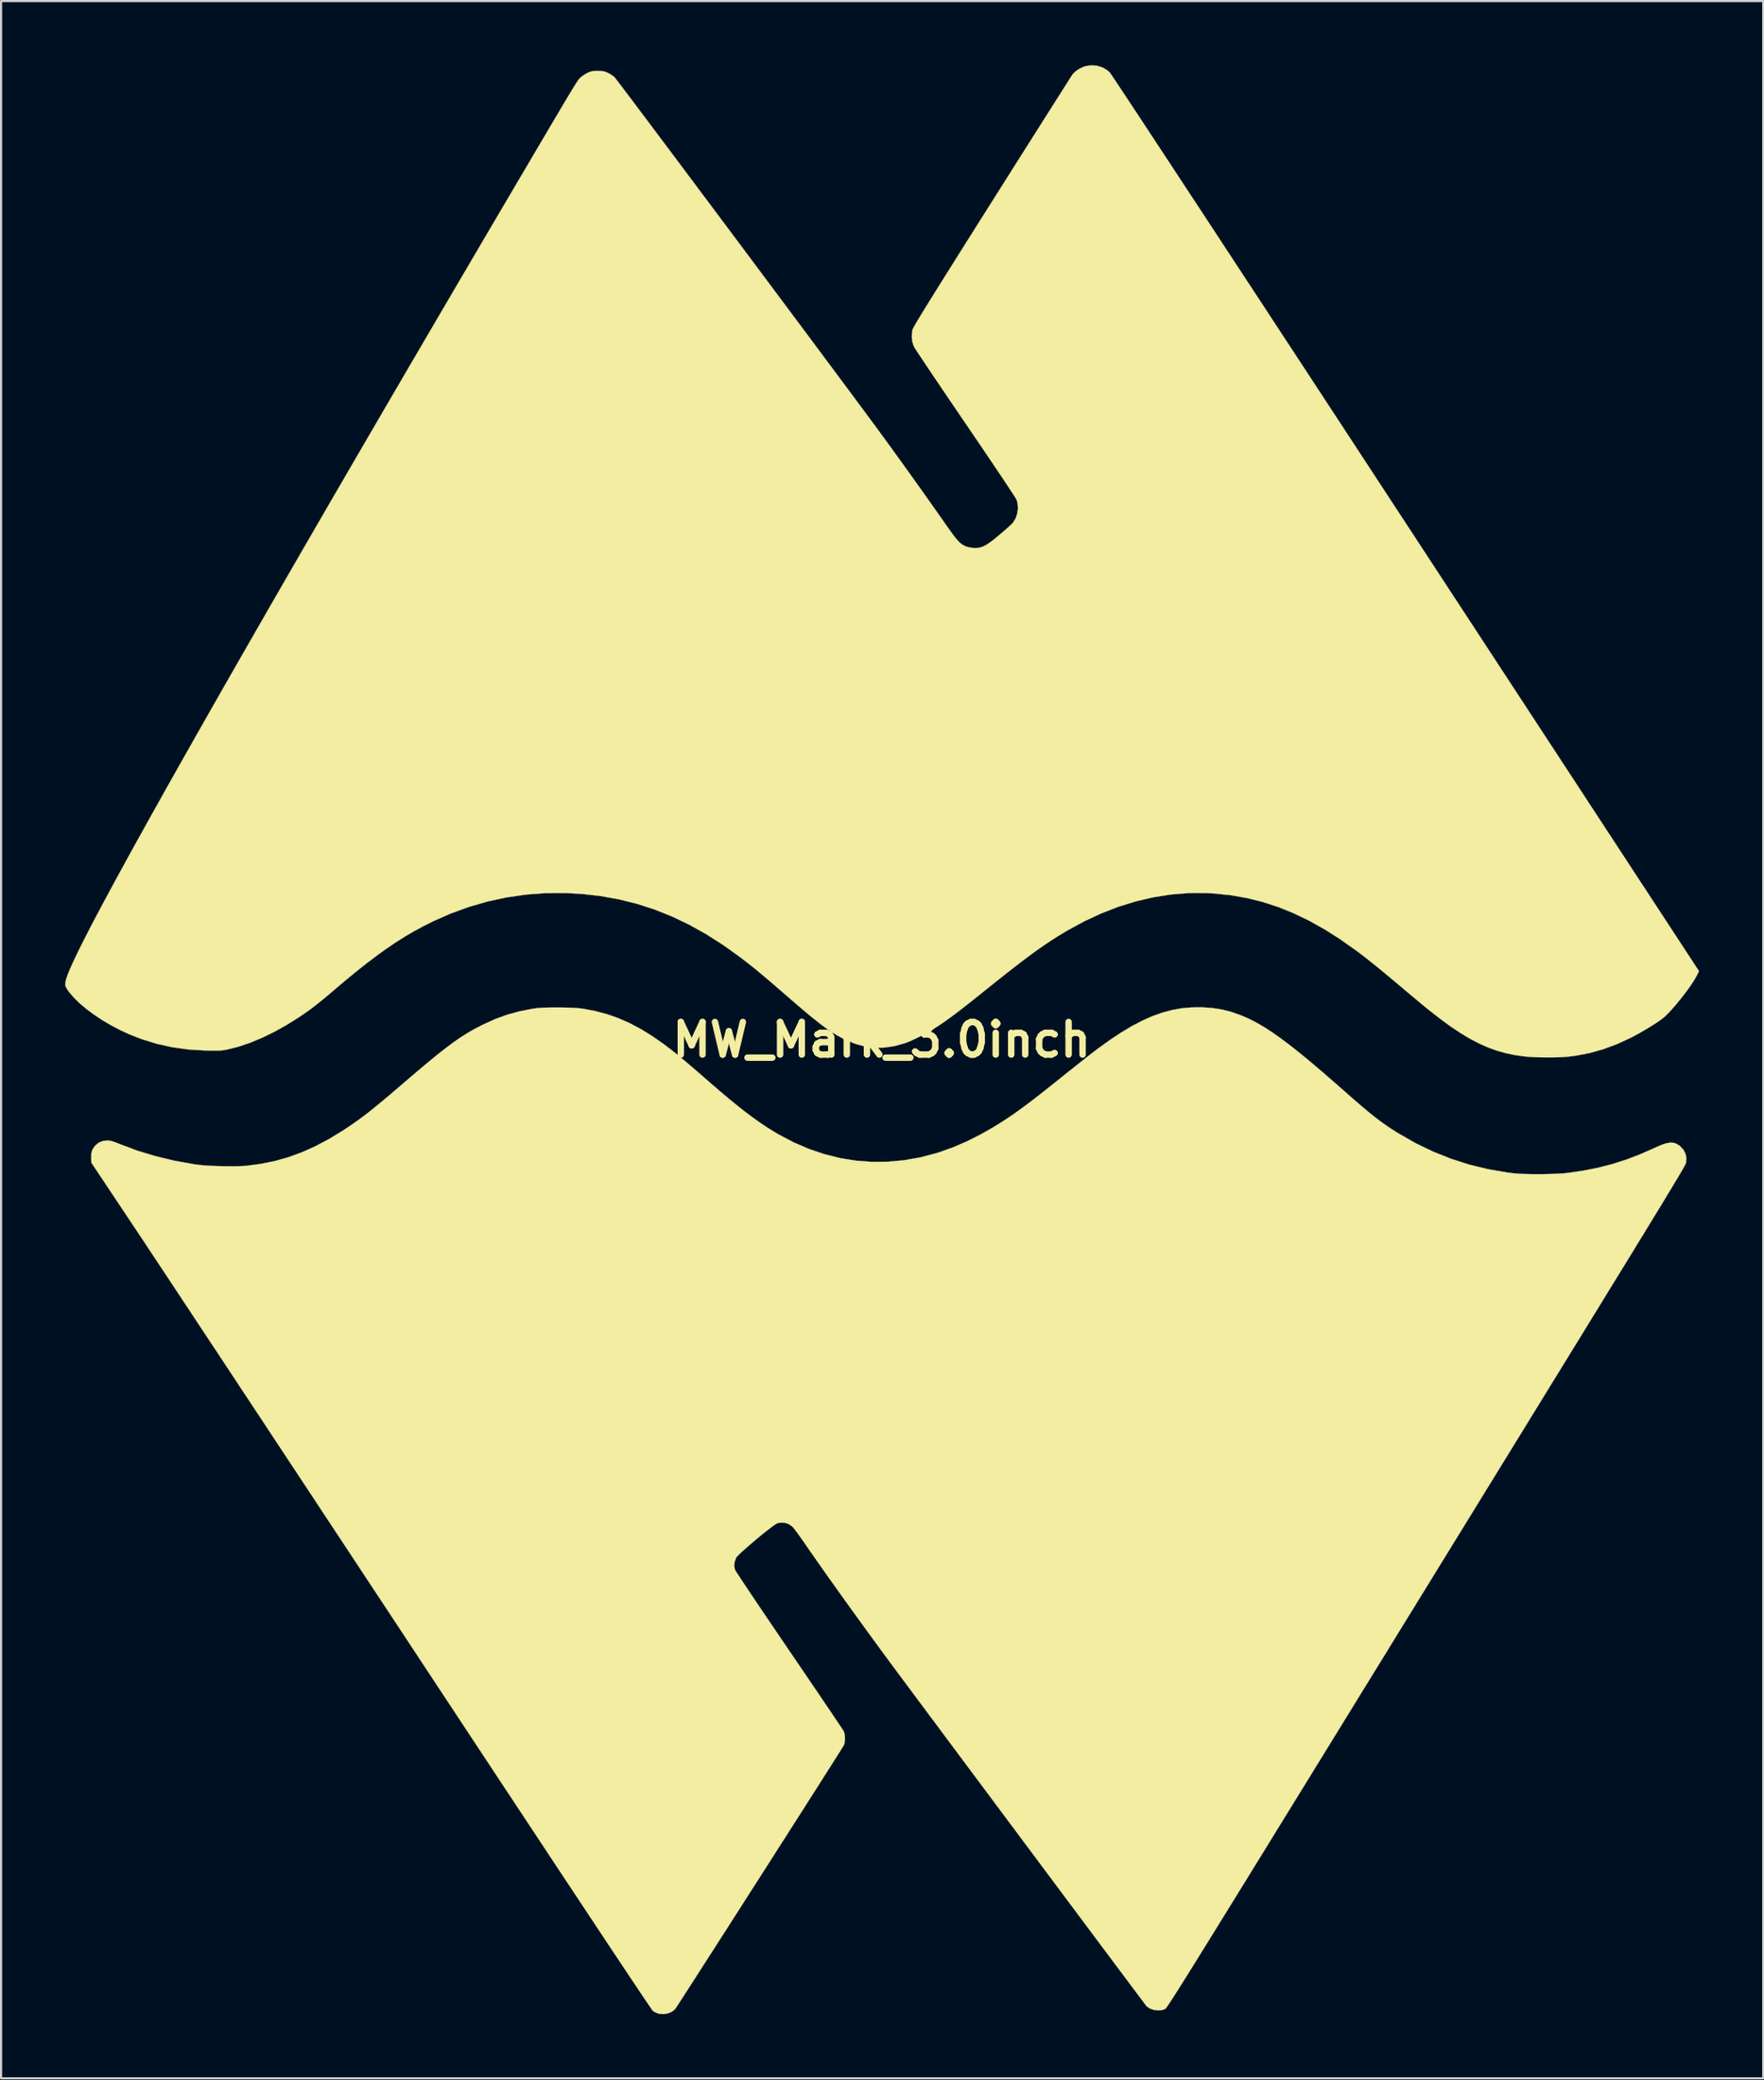
<source format=kicad_pcb>
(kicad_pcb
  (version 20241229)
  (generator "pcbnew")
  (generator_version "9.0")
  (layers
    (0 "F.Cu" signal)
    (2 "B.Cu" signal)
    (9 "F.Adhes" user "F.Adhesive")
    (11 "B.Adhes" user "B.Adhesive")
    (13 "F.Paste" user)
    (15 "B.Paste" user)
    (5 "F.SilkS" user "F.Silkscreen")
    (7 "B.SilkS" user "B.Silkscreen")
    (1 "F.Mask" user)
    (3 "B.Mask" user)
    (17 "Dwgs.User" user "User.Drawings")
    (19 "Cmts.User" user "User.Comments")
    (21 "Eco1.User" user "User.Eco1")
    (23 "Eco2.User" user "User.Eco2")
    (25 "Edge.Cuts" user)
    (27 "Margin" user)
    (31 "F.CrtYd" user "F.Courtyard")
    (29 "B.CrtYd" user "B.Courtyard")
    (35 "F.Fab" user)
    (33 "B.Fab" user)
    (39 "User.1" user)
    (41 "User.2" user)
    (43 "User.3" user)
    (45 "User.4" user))
  (footprint "MW_Mark_3.0inch"
    (layer "F.Cu")
    (at 38.198 45.577)
    (property "Reference" "MW_Mark_3.0inch" (at 0 0 0) (layer "F.SilkS") (effects (font (size 1.524 1.524) (thickness 0.3))))
    (attr through_hole)
    (fp_poly (pts (xy 10.072 -45.551) (xy 10.317 -45.477) (xy 10.538 -45.351) (xy 10.67 -45.235) (xy 10.695 -45.201) (xy 10.754 -45.115) (xy 10.847 -44.977) (xy 10.972 -44.79) (xy 11.128 -44.554) (xy 11.316 -44.271) (xy 11.534 -43.941) (xy 11.782 -43.566) (xy 12.058 -43.148) (xy 12.362 -42.686) (xy 12.693 -42.183) (xy 13.051 -41.639) (xy 13.435 -41.056) (xy 13.843 -40.435) (xy 14.276 -39.777) (xy 14.732 -39.083) (xy 15.21 -38.355) (xy 15.711 -37.593) (xy 16.232 -36.798) (xy 16.774 -35.973) (xy 17.336 -35.117) (xy 17.916 -34.233) (xy 18.514 -33.32) (xy 19.13 -32.382) (xy 19.762 -31.418) (xy 20.41 -30.429) (xy 21.073 -29.418) (xy 21.75 -28.385) (xy 22.44 -27.331) (xy 23.143 -26.258) (xy 23.858 -25.166) (xy 24.525 -24.148) (xy 38.235 -3.21) (xy 38.119 -2.981) (xy 38.021 -2.809) (xy 37.888 -2.603) (xy 37.729 -2.376) (xy 37.55 -2.135) (xy 37.36 -1.893) (xy 37.167 -1.658) (xy 36.979 -1.441) (xy 36.804 -1.252) (xy 36.65 -1.1) (xy 36.571 -1.031) (xy 36.417 -0.916) (xy 36.218 -0.78) (xy 35.986 -0.632) (xy 35.734 -0.479) (xy 35.473 -0.328) (xy 35.216 -0.187) (xy 35.044 -0.097) (xy 34.403 0.199) (xy 33.767 0.436) (xy 33.125 0.616) (xy 32.469 0.742) (xy 32.186 0.78) (xy 31.952 0.801) (xy 31.672 0.815) (xy 31.361 0.822) (xy 31.037 0.822) (xy 30.716 0.816) (xy 30.414 0.804) (xy 30.148 0.784) (xy 30.079 0.777) (xy 29.634 0.716) (xy 29.204 0.627) (xy 28.783 0.508) (xy 28.365 0.357) (xy 27.945 0.17) (xy 27.516 -0.054) (xy 27.074 -0.319) (xy 26.612 -0.628) (xy 26.126 -0.984) (xy 25.608 -1.388) (xy 25.579 -1.411) (xy 25.481 -1.491) (xy 25.342 -1.606) (xy 25.17 -1.748) (xy 24.974 -1.912) (xy 24.761 -2.09) (xy 24.539 -2.276) (xy 24.341 -2.442) (xy 23.998 -2.73) (xy 23.698 -2.981) (xy 23.433 -3.201) (xy 23.198 -3.394) (xy 22.986 -3.566) (xy 22.791 -3.721) (xy 22.607 -3.865) (xy 22.428 -4.002) (xy 22.247 -4.138) (xy 22.217 -4.16) (xy 21.473 -4.688) (xy 20.74 -5.154) (xy 20.013 -5.562) (xy 19.29 -5.912) (xy 18.567 -6.205) (xy 17.839 -6.443) (xy 17.104 -6.627) (xy 16.357 -6.759) (xy 15.596 -6.84) (xy 15.151 -6.864) (xy 14.34 -6.861) (xy 13.525 -6.795) (xy 12.71 -6.667) (xy 11.895 -6.477) (xy 11.084 -6.227) (xy 10.278 -5.915) (xy 9.479 -5.544) (xy 8.721 -5.132) (xy 8.453 -4.973) (xy 8.193 -4.814) (xy 7.936 -4.65) (xy 7.677 -4.478) (xy 7.41 -4.294) (xy 7.131 -4.095) (xy 6.833 -3.876) (xy 6.513 -3.635) (xy 6.165 -3.366) (xy 5.783 -3.067) (xy 5.362 -2.733) (xy 4.949 -2.403) (xy 4.594 -2.118) (xy 4.282 -1.869) (xy 4.008 -1.652) (xy 3.767 -1.464) (xy 3.553 -1.299) (xy 3.361 -1.154) (xy 3.185 -1.025) (xy 3.02 -0.906) (xy 2.86 -0.795) (xy 2.7 -0.687) (xy 2.617 -0.632) (xy 2.368 -0.476) (xy 2.097 -0.32) (xy 1.818 -0.171) (xy 1.545 -0.036) (xy 1.293 0.077) (xy 1.076 0.161) (xy 1.043 0.172) (xy 0.568 0.299) (xy 0.106 0.364) (xy -0.346 0.368) (xy -0.791 0.309) (xy -1.234 0.188) (xy -1.678 0.005) (xy -1.75 -0.03) (xy -1.927 -0.122) (xy -2.101 -0.219) (xy -2.275 -0.325) (xy -2.455 -0.443) (xy -2.646 -0.576) (xy -2.851 -0.729) (xy -3.076 -0.905) (xy -3.326 -1.106) (xy -3.604 -1.338) (xy -3.917 -1.604) (xy -4.268 -1.906) (xy -4.553 -2.154) (xy -4.914 -2.467) (xy -5.236 -2.743) (xy -5.526 -2.989) (xy -5.791 -3.209) (xy -6.039 -3.411) (xy -6.277 -3.599) (xy -6.512 -3.781) (xy -6.629 -3.87) (xy -7.422 -4.438) (xy -8.215 -4.943) (xy -9.011 -5.387) (xy -9.814 -5.77) (xy -10.626 -6.095) (xy -11.451 -6.361) (xy -12.291 -6.57) (xy -13.15 -6.724) (xy -14.03 -6.823) (xy -14.801 -6.864) (xy -15.725 -6.86) (xy -16.641 -6.792) (xy -17.546 -6.661) (xy -18.439 -6.469) (xy -19.319 -6.214) (xy -20.184 -5.898) (xy -20.992 -5.541) (xy -21.432 -5.321) (xy -21.864 -5.087) (xy -22.292 -4.837) (xy -22.723 -4.565) (xy -23.162 -4.269) (xy -23.615 -3.943) (xy -24.088 -3.585) (xy -24.586 -3.191) (xy -25.115 -2.755) (xy -25.607 -2.338) (xy -25.93 -2.064) (xy -26.217 -1.827) (xy -26.477 -1.62) (xy -26.721 -1.434) (xy -26.957 -1.264) (xy -27.195 -1.101) (xy -27.278 -1.046) (xy -27.859 -0.684) (xy -28.437 -0.363) (xy -29.006 -0.087) (xy -29.56 0.142) (xy -30.093 0.321) (xy -30.59 0.447) (xy -30.705 0.47) (xy -30.81 0.486) (xy -30.915 0.498) (xy -31.032 0.504) (xy -31.175 0.506) (xy -31.354 0.505) (xy -31.582 0.5) (xy -31.639 0.499) (xy -32.419 0.453) (xy -33.173 0.349) (xy -33.906 0.188) (xy -34.621 -0.032) (xy -35.204 -0.26) (xy -35.636 -0.46) (xy -36.06 -0.683) (xy -36.467 -0.924) (xy -36.85 -1.179) (xy -37.203 -1.441) (xy -37.518 -1.706) (xy -37.788 -1.97) (xy -38.007 -2.226) (xy -38.09 -2.342) (xy -38.153 -2.442) (xy -38.185 -2.517) (xy -38.193 -2.592) (xy -38.187 -2.682) (xy -38.165 -2.792) (xy -38.121 -2.936) (xy -38.053 -3.12) (xy -37.958 -3.346) (xy -37.835 -3.618) (xy -37.682 -3.942) (xy -37.641 -4.028) (xy -37.452 -4.412) (xy -37.231 -4.849) (xy -36.978 -5.339) (xy -36.693 -5.882) (xy -36.376 -6.476) (xy -36.029 -7.121) (xy -35.651 -7.816) (xy -35.243 -8.561) (xy -34.805 -9.354) (xy -34.338 -10.195) (xy -33.842 -11.083) (xy -33.318 -12.017) (xy -32.765 -12.997) (xy -32.185 -14.023) (xy -31.578 -15.092) (xy -30.944 -16.205) (xy -30.283 -17.361) (xy -29.597 -18.559) (xy -28.885 -19.798) (xy -28.148 -21.078) (xy -27.386 -22.398) (xy -26.6 -23.757) (xy -25.79 -25.155) (xy -24.956 -26.59) (xy -24.099 -28.062) (xy -23.22 -29.57) (xy -22.318 -31.115) (xy -21.395 -32.693) (xy -20.45 -34.306) (xy -19.484 -35.953) (xy -18.498 -37.632) (xy -17.491 -39.343) (xy -17.426 -39.453) (xy -17.05 -40.092) (xy -16.704 -40.679) (xy -16.388 -41.215) (xy -16.101 -41.704) (xy -15.839 -42.147) (xy -15.603 -42.546) (xy -15.391 -42.905) (xy -15.202 -43.225) (xy -15.034 -43.509) (xy -14.885 -43.759) (xy -14.755 -43.977) (xy -14.642 -44.166) (xy -14.544 -44.328) (xy -14.461 -44.465) (xy -14.39 -44.58) (xy -14.331 -44.675) (xy -14.282 -44.752) (xy -14.241 -44.813) (xy -14.208 -44.862) (xy -14.181 -44.899) (xy -14.158 -44.929) (xy -14.138 -44.952) (xy -14.122 -44.969) (xy -14.02 -45.057) (xy -13.891 -45.146) (xy -13.783 -45.208) (xy -13.675 -45.258) (xy -13.585 -45.288) (xy -13.489 -45.303) (xy -13.364 -45.309) (xy -13.29 -45.309) (xy -13.137 -45.306) (xy -13.025 -45.294) (xy -12.929 -45.269) (xy -12.825 -45.226) (xy -12.811 -45.22) (xy -12.687 -45.152) (xy -12.566 -45.07) (xy -12.498 -45.013) (xy -12.471 -44.98) (xy -12.407 -44.897) (xy -12.308 -44.768) (xy -12.177 -44.595) (xy -12.015 -44.381) (xy -11.823 -44.127) (xy -11.603 -43.835) (xy -11.358 -43.509) (xy -11.088 -43.15) (xy -10.796 -42.761) (xy -10.483 -42.344) (xy -10.152 -41.902) (xy -9.802 -41.436) (xy -9.438 -40.949) (xy -9.059 -40.444) (xy -8.669 -39.922) (xy -8.268 -39.386) (xy -7.858 -38.839) (xy -7.442 -38.282) (xy -7.02 -37.718) (xy -6.595 -37.149) (xy -6.168 -36.578) (xy -5.741 -36.006) (xy -5.316 -35.437) (xy -4.895 -34.873) (xy -4.478 -34.315) (xy -4.069 -33.766) (xy -3.668 -33.228) (xy -3.277 -32.705) (xy -2.899 -32.197) (xy -2.535 -31.708) (xy -2.186 -31.239) (xy -1.854 -30.794) (xy -1.541 -30.373) (xy -1.25 -29.981) (xy -0.98 -29.618) (xy -0.735 -29.287) (xy -0.516 -28.991) (xy -0.325 -28.732) (xy -0.163 -28.512) (xy -0.032 -28.334) (xy -0.016 -28.312) (xy 0.314 -27.86) (xy 0.663 -27.378) (xy 1.025 -26.876) (xy 1.391 -26.365) (xy 1.755 -25.856) (xy 2.109 -25.358) (xy 2.445 -24.883) (xy 2.757 -24.441) (xy 2.964 -24.144) (xy 3.145 -23.886) (xy 3.297 -23.676) (xy 3.425 -23.507) (xy 3.534 -23.375) (xy 3.631 -23.273) (xy 3.72 -23.195) (xy 3.806 -23.137) (xy 3.896 -23.091) (xy 3.995 -23.053) (xy 4.132 -23.02) (xy 4.296 -23.001) (xy 4.377 -22.999) (xy 4.505 -23.006) (xy 4.627 -23.029) (xy 4.751 -23.072) (xy 4.884 -23.141) (xy 5.035 -23.239) (xy 5.212 -23.37) (xy 5.422 -23.54) (xy 5.525 -23.626) (xy 5.686 -23.763) (xy 5.836 -23.894) (xy 5.967 -24.011) (xy 6.068 -24.106) (xy 6.132 -24.171) (xy 6.138 -24.179) (xy 6.261 -24.374) (xy 6.341 -24.601) (xy 6.375 -24.842) (xy 6.36 -25.08) (xy 6.312 -25.257) (xy 6.287 -25.302) (xy 6.227 -25.397) (xy 6.137 -25.538) (xy 6.016 -25.722) (xy 5.869 -25.945) (xy 5.697 -26.204) (xy 5.501 -26.496) (xy 5.285 -26.817) (xy 5.051 -27.165) (xy 4.8 -27.536) (xy 4.536 -27.927) (xy 4.259 -28.334) (xy 3.973 -28.755) (xy 3.916 -28.838) (xy 3.628 -29.26) (xy 3.349 -29.671) (xy 3.081 -30.065) (xy 2.827 -30.441) (xy 2.588 -30.794) (xy 2.368 -31.122) (xy 2.167 -31.42) (xy 1.988 -31.687) (xy 1.835 -31.917) (xy 1.707 -32.109) (xy 1.609 -32.26) (xy 1.542 -32.364) (xy 1.508 -32.42) (xy 1.506 -32.425) (xy 1.433 -32.648) (xy 1.407 -32.892) (xy 1.427 -33.133) (xy 1.447 -33.216) (xy 1.46 -33.249) (xy 1.487 -33.302) (xy 1.528 -33.377) (xy 1.584 -33.476) (xy 1.658 -33.602) (xy 1.75 -33.754) (xy 1.86 -33.937) (xy 1.991 -34.151) (xy 2.144 -34.397) (xy 2.319 -34.679) (xy 2.517 -34.998) (xy 2.741 -35.355) (xy 2.99 -35.753) (xy 3.267 -36.194) (xy 3.571 -36.678) (xy 3.905 -37.209) (xy 4.27 -37.787) (xy 4.666 -38.415) (xy 5.096 -39.095) (xy 5.181 -39.23) (xy 5.533 -39.787) (xy 5.877 -40.331) (xy 6.21 -40.859) (xy 6.532 -41.368) (xy 6.841 -41.856) (xy 7.135 -42.321) (xy 7.413 -42.759) (xy 7.672 -43.169) (xy 7.912 -43.547) (xy 8.131 -43.892) (xy 8.327 -44.201) (xy 8.498 -44.471) (xy 8.644 -44.7) (xy 8.762 -44.886) (xy 8.851 -45.025) (xy 8.909 -45.115) (xy 8.935 -45.155) (xy 8.936 -45.156) (xy 9.057 -45.279) (xy 9.221 -45.394) (xy 9.405 -45.487) (xy 9.549 -45.535) (xy 9.812 -45.572) (xy 10.072 -45.551)) (stroke (width 0.01) (type solid)) (fill yes) (layer "F.SilkS"))
    (fp_poly (pts (xy 15.039 -1.517) (xy 15.496 -1.483) (xy 15.92 -1.416) (xy 16.331 -1.312) (xy 16.753 -1.165) (xy 16.925 -1.096) (xy 17.179 -0.983) (xy 17.438 -0.853) (xy 17.707 -0.704) (xy 17.988 -0.533) (xy 18.285 -0.338) (xy 18.6 -0.117) (xy 18.938 0.133) (xy 19.301 0.414) (xy 19.692 0.728) (xy 20.115 1.078) (xy 20.573 1.467) (xy 21.069 1.896) (xy 21.607 2.368) (xy 21.612 2.373) (xy 21.964 2.683) (xy 22.276 2.954) (xy 22.554 3.191) (xy 22.805 3.4) (xy 23.034 3.584) (xy 23.249 3.75) (xy 23.455 3.901) (xy 23.659 4.044) (xy 23.866 4.181) (xy 24.084 4.32) (xy 24.18 4.379) (xy 24.977 4.834) (xy 25.796 5.229) (xy 26.635 5.564) (xy 27.494 5.839) (xy 28.372 6.052) (xy 29.269 6.205) (xy 29.57 6.243) (xy 29.785 6.261) (xy 30.05 6.274) (xy 30.35 6.282) (xy 30.671 6.284) (xy 30.999 6.282) (xy 31.32 6.275) (xy 31.62 6.263) (xy 31.884 6.247) (xy 32.084 6.227) (xy 32.814 6.121) (xy 33.505 5.985) (xy 34.171 5.815) (xy 34.827 5.605) (xy 35.488 5.352) (xy 36.169 5.052) (xy 36.236 5.021) (xy 36.49 4.91) (xy 36.704 4.839) (xy 36.886 4.809) (xy 37.045 4.818) (xy 37.188 4.866) (xy 37.325 4.954) (xy 37.363 4.984) (xy 37.512 5.149) (xy 37.607 5.338) (xy 37.647 5.541) (xy 37.626 5.748) (xy 37.623 5.76) (xy 37.618 5.775) (xy 37.61 5.795) (xy 37.598 5.821) (xy 37.581 5.855) (xy 37.56 5.896) (xy 37.532 5.947) (xy 37.498 6.008) (xy 37.456 6.081) (xy 37.406 6.166) (xy 37.348 6.266) (xy 37.281 6.38) (xy 37.203 6.51) (xy 37.115 6.657) (xy 37.015 6.823) (xy 36.904 7.008) (xy 36.779 7.213) (xy 36.642 7.44) (xy 36.49 7.69) (xy 36.323 7.963) (xy 36.141 8.262) (xy 35.943 8.586) (xy 35.728 8.938) (xy 35.496 9.317) (xy 35.245 9.726) (xy 34.976 10.166) (xy 34.687 10.637) (xy 34.377 11.141) (xy 34.047 11.678) (xy 33.696 12.25) (xy 33.322 12.859) (xy 32.925 13.504) (xy 32.505 14.188) (xy 32.06 14.911) (xy 31.59 15.675) (xy 31.095 16.48) (xy 30.573 17.328) (xy 30.025 18.219) (xy 29.449 19.156) (xy 28.844 20.138) (xy 28.21 21.168) (xy 27.547 22.246) (xy 26.853 23.373) (xy 26.128 24.55) (xy 25.371 25.78) (xy 24.582 27.061) (xy 24.272 27.564) (xy 23.548 28.742) (xy 22.855 29.866) (xy 22.195 30.938) (xy 21.566 31.96) (xy 20.967 32.933) (xy 20.398 33.857) (xy 19.857 34.734) (xy 19.345 35.566) (xy 18.86 36.353) (xy 18.401 37.097) (xy 17.969 37.799) (xy 17.561 38.46) (xy 17.178 39.082) (xy 16.818 39.665) (xy 16.481 40.211) (xy 16.166 40.72) (xy 15.872 41.196) (xy 15.599 41.637) (xy 15.346 42.046) (xy 15.112 42.424) (xy 14.895 42.773) (xy 14.697 43.092) (xy 14.515 43.384) (xy 14.349 43.65) (xy 14.199 43.891) (xy 14.063 44.108) (xy 13.94 44.302) (xy 13.831 44.475) (xy 13.734 44.628) (xy 13.648 44.762) (xy 13.573 44.878) (xy 13.508 44.978) (xy 13.453 45.062) (xy 13.405 45.133) (xy 13.366 45.19) (xy 13.333 45.236) (xy 13.307 45.271) (xy 13.286 45.297) (xy 13.269 45.316) (xy 13.257 45.327) (xy 13.248 45.332) (xy 13.084 45.38) (xy 12.898 45.388) (xy 12.711 45.36) (xy 12.541 45.298) (xy 12.407 45.206) (xy 12.39 45.188) (xy 12.366 45.158) (xy 12.305 45.078) (xy 12.211 44.952) (xy 12.083 44.782) (xy 11.924 44.57) (xy 11.736 44.32) (xy 11.521 44.032) (xy 11.28 43.709) (xy 11.014 43.354) (xy 10.727 42.97) (xy 10.419 42.558) (xy 10.092 42.12) (xy 9.748 41.66) (xy 9.389 41.179) (xy 9.016 40.68) (xy 8.631 40.165) (xy 8.237 39.636) (xy 7.834 39.097) (xy 7.424 38.548) (xy 7.01 37.993) (xy 6.593 37.434) (xy 6.175 36.873) (xy 5.757 36.313) (xy 5.341 35.756) (xy 4.929 35.204) (xy 4.523 34.659) (xy 4.124 34.125) (xy 3.735 33.603) (xy 3.357 33.095) (xy 2.991 32.605) (xy 2.64 32.134) (xy 2.305 31.684) (xy 1.988 31.259) (xy 1.691 30.86) (xy 1.415 30.489) (xy 1.163 30.15) (xy 0.935 29.844) (xy 0.734 29.574) (xy 0.562 29.342) (xy 0.42 29.151) (xy 0.31 29.002) (xy 0.271 28.949) (xy -0.286 28.191) (xy -0.84 27.43) (xy -1.388 26.674) (xy -1.922 25.93) (xy -2.437 25.208) (xy -2.927 24.514) (xy -3.386 23.857) (xy -3.651 23.474) (xy -3.777 23.295) (xy -3.897 23.127) (xy -4.005 22.98) (xy -4.094 22.864) (xy -4.157 22.787) (xy -4.175 22.767) (xy -4.343 22.648) (xy -4.536 22.584) (xy -4.742 22.577) (xy -4.877 22.605) (xy -4.941 22.638) (xy -5.045 22.707) (xy -5.181 22.807) (xy -5.344 22.933) (xy -5.525 23.076) (xy -5.717 23.233) (xy -5.914 23.397) (xy -6.109 23.562) (xy -6.293 23.721) (xy -6.46 23.87) (xy -6.603 24.001) (xy -6.715 24.11) (xy -6.788 24.19) (xy -6.812 24.224) (xy -6.878 24.407) (xy -6.898 24.597) (xy -6.869 24.771) (xy -6.865 24.781) (xy -6.842 24.822) (xy -6.785 24.913) (xy -6.696 25.05) (xy -6.578 25.23) (xy -6.432 25.45) (xy -6.26 25.707) (xy -6.065 25.998) (xy -5.849 26.32) (xy -5.614 26.669) (xy -5.361 27.043) (xy -5.094 27.438) (xy -4.813 27.851) (xy -4.522 28.28) (xy -4.325 28.568) (xy -4.028 29.005) (xy -3.74 29.428) (xy -3.464 29.834) (xy -3.201 30.222) (xy -2.953 30.586) (xy -2.724 30.925) (xy -2.514 31.235) (xy -2.326 31.513) (xy -2.162 31.757) (xy -2.024 31.962) (xy -1.914 32.126) (xy -1.835 32.245) (xy -1.788 32.317) (xy -1.775 32.338) (xy -1.738 32.456) (xy -1.72 32.608) (xy -1.722 32.768) (xy -1.744 32.911) (xy -1.771 32.985) (xy -1.795 33.026) (xy -1.852 33.118) (xy -1.939 33.258) (xy -2.055 33.441) (xy -2.198 33.666) (xy -2.365 33.93) (xy -2.556 34.23) (xy -2.767 34.562) (xy -2.998 34.925) (xy -3.246 35.314) (xy -3.509 35.727) (xy -3.787 36.162) (xy -4.076 36.614) (xy -4.374 37.082) (xy -4.681 37.562) (xy -4.994 38.052) (xy -5.311 38.548) (xy -5.631 39.048) (xy -5.951 39.548) (xy -6.27 40.046) (xy -6.585 40.539) (xy -6.896 41.024) (xy -7.199 41.498) (xy -7.494 41.958) (xy -7.778 42.401) (xy -8.05 42.824) (xy -8.307 43.224) (xy -8.548 43.599) (xy -8.77 43.945) (xy -8.973 44.26) (xy -9.153 44.54) (xy -9.31 44.783) (xy -9.442 44.986) (xy -9.545 45.146) (xy -9.62 45.259) (xy -9.663 45.324) (xy -9.673 45.337) (xy -9.814 45.449) (xy -9.992 45.526) (xy -10.188 45.561) (xy -10.385 45.551) (xy -10.446 45.537) (xy -10.563 45.493) (xy -10.674 45.433) (xy -10.701 45.414) (xy -10.727 45.381) (xy -10.788 45.295) (xy -10.883 45.156) (xy -11.014 44.964) (xy -11.179 44.719) (xy -11.379 44.421) (xy -11.613 44.07) (xy -11.882 43.667) (xy -12.186 43.211) (xy -12.524 42.703) (xy -12.896 42.143) (xy -13.303 41.53) (xy -13.744 40.865) (xy -14.219 40.147) (xy -14.729 39.378) (xy -15.273 38.557) (xy -15.85 37.683) (xy -16.462 36.758) (xy -17.108 35.781) (xy -17.788 34.753) (xy -18.501 33.673) (xy -19.249 32.541) (xy -20.03 31.358) (xy -20.845 30.124) (xy -21.693 28.838) (xy -21.801 28.674) (xy -22.437 27.71) (xy -23.071 26.75) (xy -23.701 25.796) (xy -24.327 24.848) (xy -24.946 23.91) (xy -25.559 22.982) (xy -26.163 22.068) (xy -26.757 21.167) (xy -27.341 20.283) (xy -27.913 19.418) (xy -28.472 18.572) (xy -29.016 17.747) (xy -29.546 16.946) (xy -30.058 16.171) (xy -30.553 15.422) (xy -31.028 14.703) (xy -31.484 14.014) (xy -31.918 13.358) (xy -32.329 12.736) (xy -32.717 12.15) (xy -33.08 11.601) (xy -33.416 11.093) (xy -33.726 10.626) (xy -34.006 10.202) (xy -34.257 9.824) (xy -34.477 9.492) (xy -34.665 9.209) (xy -34.82 8.976) (xy -34.882 8.883) (xy -36.969 5.751) (xy -36.981 5.536) (xy -36.978 5.336) (xy -36.939 5.173) (xy -36.859 5.03) (xy -36.799 4.956) (xy -36.643 4.82) (xy -36.466 4.741) (xy -36.256 4.712) (xy -36.236 4.711) (xy -36.146 4.715) (xy -36.056 4.729) (xy -35.953 4.758) (xy -35.822 4.805) (xy -35.648 4.874) (xy -35.628 4.883) (xy -34.825 5.184) (xy -33.981 5.44) (xy -33.102 5.651) (xy -32.195 5.815) (xy -32.005 5.842) (xy -31.804 5.864) (xy -31.556 5.883) (xy -31.273 5.898) (xy -30.971 5.908) (xy -30.664 5.914) (xy -30.367 5.916) (xy -30.093 5.912) (xy -29.858 5.902) (xy -29.72 5.892) (xy -29.047 5.803) (xy -28.395 5.671) (xy -27.757 5.491) (xy -27.128 5.262) (xy -26.499 4.98) (xy -25.865 4.645) (xy -25.219 4.252) (xy -25.018 4.121) (xy -24.803 3.975) (xy -24.596 3.831) (xy -24.391 3.683) (xy -24.182 3.527) (xy -23.963 3.357) (xy -23.728 3.169) (xy -23.471 2.959) (xy -23.186 2.721) (xy -22.867 2.451) (xy -22.508 2.143) (xy -22.44 2.084) (xy -22.001 1.709) (xy -21.605 1.373) (xy -21.247 1.073) (xy -20.923 0.806) (xy -20.628 0.569) (xy -20.357 0.359) (xy -20.107 0.172) (xy -19.873 0.005) (xy -19.65 -0.145) (xy -19.433 -0.282) (xy -19.22 -0.409) (xy -19.004 -0.529) (xy -18.781 -0.645) (xy -18.636 -0.718) (xy -18.086 -0.967) (xy -17.537 -1.168) (xy -16.971 -1.325) (xy -16.372 -1.445) (xy -16.217 -1.469) (xy -16.044 -1.488) (xy -15.822 -1.501) (xy -15.563 -1.51) (xy -15.281 -1.513) (xy -14.991 -1.512) (xy -14.704 -1.506) (xy -14.436 -1.495) (xy -14.2 -1.479) (xy -14.009 -1.459) (xy -13.973 -1.454) (xy -13.407 -1.346) (xy -12.862 -1.202) (xy -12.331 -1.017) (xy -11.808 -0.788) (xy -11.285 -0.512) (xy -10.754 -0.186) (xy -10.208 0.194) (xy -9.963 0.379) (xy -9.784 0.517) (xy -9.594 0.669) (xy -9.387 0.839) (xy -9.158 1.031) (xy -8.9 1.25) (xy -8.609 1.5) (xy -8.28 1.786) (xy -8.085 1.956) (xy -7.607 2.37) (xy -7.168 2.74) (xy -6.761 3.073) (xy -6.382 3.371) (xy -6.026 3.639) (xy -5.686 3.88) (xy -5.358 4.099) (xy -5.036 4.3) (xy -4.822 4.426) (xy -4.118 4.796) (xy -3.404 5.104) (xy -2.68 5.349) (xy -1.948 5.532) (xy -1.209 5.652) (xy -0.464 5.709) (xy 0.285 5.703) (xy 1.036 5.634) (xy 1.789 5.502) (xy 2.542 5.306) (xy 2.73 5.247) (xy 3.364 5.019) (xy 3.995 4.746) (xy 4.633 4.424) (xy 5.204 4.098) (xy 5.44 3.954) (xy 5.668 3.811) (xy 5.894 3.663) (xy 6.124 3.507) (xy 6.362 3.339) (xy 6.615 3.156) (xy 6.887 2.952) (xy 7.184 2.725) (xy 7.511 2.47) (xy 7.875 2.182) (xy 8.279 1.86) (xy 8.438 1.733) (xy 8.698 1.524) (xy 8.959 1.317) (xy 9.212 1.115) (xy 9.452 0.926) (xy 9.67 0.755) (xy 9.859 0.608) (xy 10.012 0.49) (xy 10.105 0.42) (xy 10.667 0.014) (xy 11.199 -0.339) (xy 11.707 -0.643) (xy 12.195 -0.898) (xy 12.667 -1.107) (xy 13.128 -1.271) (xy 13.584 -1.393) (xy 14.037 -1.474) (xy 14.494 -1.515) (xy 14.959 -1.52) (xy 15.039 -1.517)) (stroke (width 0.01) (type solid)) (fill yes) (layer "F.SilkS")))
  (gr_rect
    (start -3 -3)
    (end 79.439 94.143)
    (stroke (width 0.1) (type default))
    (fill no)
    (layer "Edge.Cuts")))
</source>
